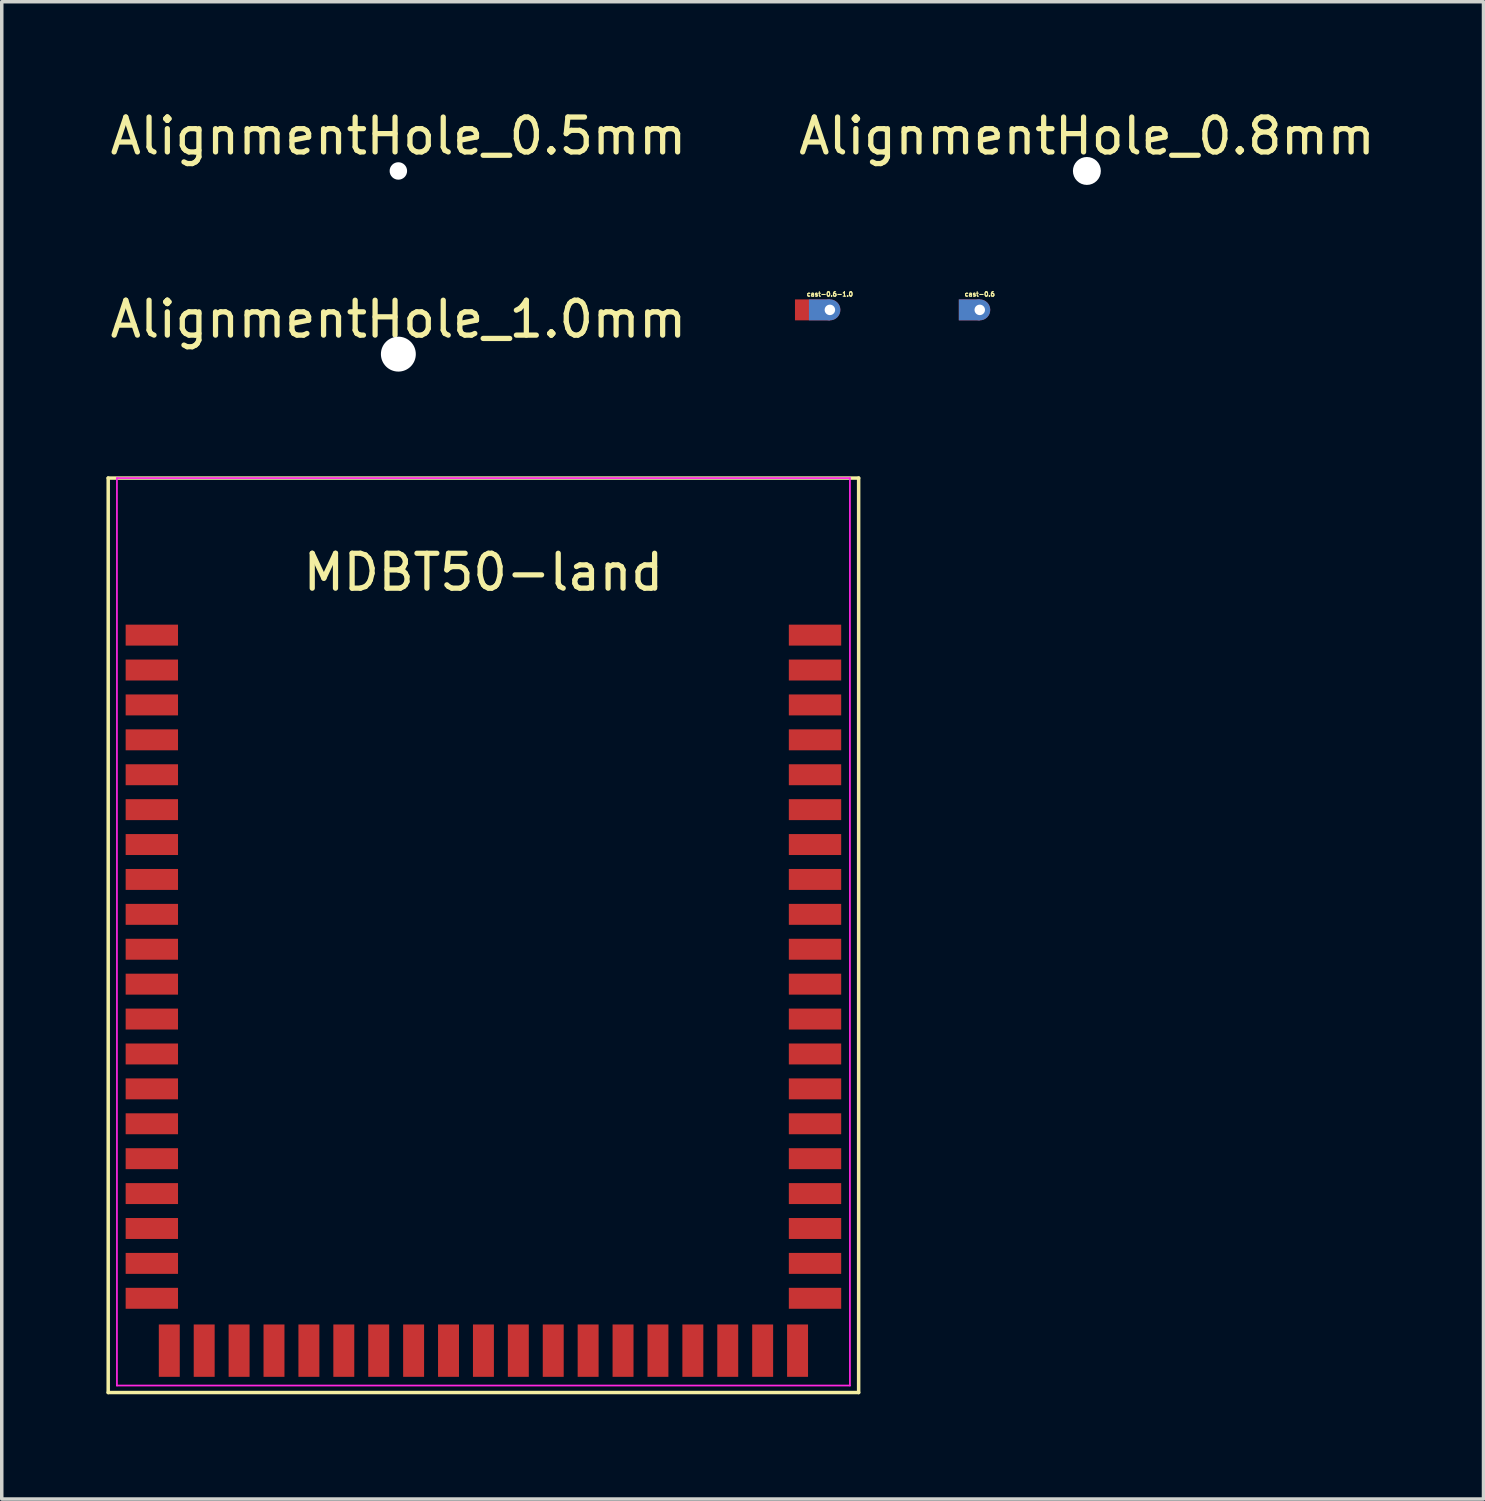
<source format=kicad_pcb>
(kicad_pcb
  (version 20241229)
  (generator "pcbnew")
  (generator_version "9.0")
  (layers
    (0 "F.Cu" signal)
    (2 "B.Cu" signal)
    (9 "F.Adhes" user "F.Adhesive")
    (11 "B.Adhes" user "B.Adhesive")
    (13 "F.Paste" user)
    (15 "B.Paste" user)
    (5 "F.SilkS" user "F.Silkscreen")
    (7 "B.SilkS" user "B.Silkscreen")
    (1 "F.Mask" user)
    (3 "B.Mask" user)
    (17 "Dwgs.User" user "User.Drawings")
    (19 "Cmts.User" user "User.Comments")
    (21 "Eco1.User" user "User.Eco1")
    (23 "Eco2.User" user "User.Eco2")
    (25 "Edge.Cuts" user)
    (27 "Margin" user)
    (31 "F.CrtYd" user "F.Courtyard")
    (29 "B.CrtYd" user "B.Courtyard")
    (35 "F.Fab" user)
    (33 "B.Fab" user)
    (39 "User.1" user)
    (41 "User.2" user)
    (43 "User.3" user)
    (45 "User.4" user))
  (footprint "cast-0.6-1.0"
    (layer "F.Cu")
    (at 20.726 5.828)
    (property "Reference" "cast-0.6-1.0" (at 0 -0.45 0) (layer "F.SilkS") (effects (font (size 0.127 0.127) (thickness 0.032))))
    (attr through_hole)
    (pad "1" smd rect (at -0.5 0) (size 1 0.6) (layers "F.Cu" "F.Mask"))
    (pad "1" smd rect (at -0.3 0) (size 0.6 0.6) (layers "B.Cu" "B.Mask"))
    (pad "1" thru_hole circle (at 0 0) (size 0.6 0.6) (drill 0.3) (layers "*.Cu")))
  (footprint "cast-0.6"
    (layer "F.Cu")
    (at 25.02 5.828)
    (property "Reference" "cast-0.6" (at 0 -0.45 0) (layer "F.SilkS") (effects (font (size 0.127 0.127) (thickness 0.032))))
    (attr through_hole)
    (pad "1" smd rect (at -0.3 0) (size 0.6 0.6) (layers "F.Cu" "F.Mask"))
    (pad "1" smd rect (at -0.3 0) (size 0.6 0.6) (layers "B.Cu" "B.Mask"))
    (pad "1" thru_hole circle (at 0 0) (size 0.6 0.6) (drill 0.3) (layers "*.Cu")))
  (footprint "MDBT50-land"
    (layer "F.Cu")
    (at 10.8 23.146)
    (property "Reference" "MDBT50-land" (at 0 -9.8 0) (layer "F.SilkS") (effects (font (size 1 1) (thickness 0.15))))
    (attr smd)
    (fp_line (start -10.75 -12.5) (end 10.75 -12.5) (stroke (width 0.1) (type solid)) (layer "F.SilkS"))
    (fp_line (start -10.75 13.7) (end -10.75 -12.5) (stroke (width 0.1) (type solid)) (layer "F.SilkS"))
    (fp_line (start 10.75 -12.5) (end 10.75 13.7) (stroke (width 0.1) (type solid)) (layer "F.SilkS"))
    (fp_line (start 10.75 13.7) (end -10.75 13.7) (stroke (width 0.1) (type solid)) (layer "F.SilkS"))
    (fp_line (start -10.5 -12.5) (end 10.5 -12.5) (stroke (width 0.05) (type solid)) (layer "F.CrtYd"))
    (fp_line (start -10.5 13.5) (end -10.5 -12.5) (stroke (width 0.05) (type solid)) (layer "F.CrtYd"))
    (fp_line (start 10.5 -12.5) (end 10.5 13.5) (stroke (width 0.05) (type solid)) (layer "F.CrtYd"))
    (fp_line (start 10.5 13.5) (end -10.5 13.5) (stroke (width 0.05) (type solid)) (layer "F.CrtYd"))
    (pad "1" smd rect (at -9.5 -8 270) (size 0.6 1.5) (layers "F.Cu" "F.Mask" "F.Paste"))
    (pad "2" smd rect (at -9.5 -7 270) (size 0.6 1.5) (layers "F.Cu" "F.Mask" "F.Paste"))
    (pad "3" smd rect (at -9.5 -6 270) (size 0.6 1.5) (layers "F.Cu" "F.Mask" "F.Paste"))
    (pad "4" smd rect (at -9.5 -5 270) (size 0.6 1.5) (layers "F.Cu" "F.Mask" "F.Paste"))
    (pad "5" smd rect (at -9.5 -4 270) (size 0.6 1.5) (layers "F.Cu" "F.Mask" "F.Paste"))
    (pad "6" smd rect (at -9.5 -3 270) (size 0.6 1.5) (layers "F.Cu" "F.Mask" "F.Paste"))
    (pad "7" smd rect (at -9.5 -2 270) (size 0.6 1.5) (layers "F.Cu" "F.Mask" "F.Paste"))
    (pad "8" smd rect (at -9.5 -1 270) (size 0.6 1.5) (layers "F.Cu" "F.Mask" "F.Paste"))
    (pad "9" smd rect (at -9.5 0 270) (size 0.6 1.5) (layers "F.Cu" "F.Mask" "F.Paste"))
    (pad "10" smd rect (at -9.5 1 270) (size 0.6 1.5) (layers "F.Cu" "F.Mask" "F.Paste"))
    (pad "11" smd rect (at -9.5 2 270) (size 0.6 1.5) (layers "F.Cu" "F.Mask" "F.Paste"))
    (pad "12" smd rect (at -9.5 3 270) (size 0.6 1.5) (layers "F.Cu" "F.Mask" "F.Paste"))
    (pad "13" smd rect (at -9.5 4 270) (size 0.6 1.5) (layers "F.Cu" "F.Mask" "F.Paste"))
    (pad "14" smd rect (at -9.5 5 270) (size 0.6 1.5) (layers "F.Cu" "F.Mask" "F.Paste"))
    (pad "15" smd rect (at -9.5 6 270) (size 0.6 1.5) (layers "F.Cu" "F.Mask" "F.Paste"))
    (pad "16" smd rect (at -9.5 7 270) (size 0.6 1.5) (layers "F.Cu" "F.Mask" "F.Paste"))
    (pad "17" smd rect (at -9.5 8 270) (size 0.6 1.5) (layers "F.Cu" "F.Mask" "F.Paste"))
    (pad "18" smd rect (at -9.5 9 270) (size 0.6 1.5) (layers "F.Cu" "F.Mask" "F.Paste"))
    (pad "19" smd rect (at -9.5 10 270) (size 0.6 1.5) (layers "F.Cu" "F.Mask" "F.Paste"))
    (pad "20" smd rect (at -9.5 11 270) (size 0.6 1.5) (layers "F.Cu" "F.Mask" "F.Paste"))
    (pad "21" smd rect (at -9 12.5) (size 0.6 1.5) (layers "F.Cu" "F.Mask" "F.Paste"))
    (pad "22" smd rect (at -8 12.5) (size 0.6 1.5) (layers "F.Cu" "F.Mask" "F.Paste"))
    (pad "23" smd rect (at -7 12.5) (size 0.6 1.5) (layers "F.Cu" "F.Mask" "F.Paste"))
    (pad "24" smd rect (at -6 12.5) (size 0.6 1.5) (layers "F.Cu" "F.Mask" "F.Paste"))
    (pad "25" smd rect (at -5 12.5) (size 0.6 1.5) (layers "F.Cu" "F.Mask" "F.Paste"))
    (pad "26" smd rect (at -4 12.5) (size 0.6 1.5) (layers "F.Cu" "F.Mask" "F.Paste"))
    (pad "27" smd rect (at -3 12.5) (size 0.6 1.5) (layers "F.Cu" "F.Mask" "F.Paste"))
    (pad "28" smd rect (at -2 12.5) (size 0.6 1.5) (layers "F.Cu" "F.Mask" "F.Paste"))
    (pad "29" smd rect (at -1 12.5) (size 0.6 1.5) (layers "F.Cu" "F.Mask" "F.Paste"))
    (pad "30" smd rect (at 0 12.5) (size 0.6 1.5) (layers "F.Cu" "F.Mask" "F.Paste"))
    (pad "31" smd rect (at 9 12.5) (size 0.6 1.5) (layers "F.Cu" "F.Mask" "F.Paste"))
    (pad "32" smd rect (at 8 12.5) (size 0.6 1.5) (layers "F.Cu" "F.Mask" "F.Paste"))
    (pad "33" smd rect (at 7 12.5) (size 0.6 1.5) (layers "F.Cu" "F.Mask" "F.Paste"))
    (pad "34" smd rect (at 6 12.5) (size 0.6 1.5) (layers "F.Cu" "F.Mask" "F.Paste"))
    (pad "35" smd rect (at 5 12.5) (size 0.6 1.5) (layers "F.Cu" "F.Mask" "F.Paste"))
    (pad "36" smd rect (at 4 12.5) (size 0.6 1.5) (layers "F.Cu" "F.Mask" "F.Paste"))
    (pad "37" smd rect (at 3 12.5) (size 0.6 1.5) (layers "F.Cu" "F.Mask" "F.Paste"))
    (pad "38" smd rect (at 2 12.5) (size 0.6 1.5) (layers "F.Cu" "F.Mask" "F.Paste"))
    (pad "39" smd rect (at 1 12.5) (size 0.6 1.5) (layers "F.Cu" "F.Mask" "F.Paste"))
    (pad "41" smd rect (at 9.5 11 270) (size 0.6 1.5) (layers "F.Cu" "F.Mask" "F.Paste"))
    (pad "42" smd rect (at 9.5 10 270) (size 0.6 1.5) (layers "F.Cu" "F.Mask" "F.Paste"))
    (pad "43" smd rect (at 9.5 9 270) (size 0.6 1.5) (layers "F.Cu" "F.Mask" "F.Paste"))
    (pad "44" smd rect (at 9.5 8 270) (size 0.6 1.5) (layers "F.Cu" "F.Mask" "F.Paste"))
    (pad "45" smd rect (at 9.5 7 270) (size 0.6 1.5) (layers "F.Cu" "F.Mask" "F.Paste"))
    (pad "46" smd rect (at 9.5 6 270) (size 0.6 1.5) (layers "F.Cu" "F.Mask" "F.Paste"))
    (pad "47" smd rect (at 9.5 5 270) (size 0.6 1.5) (layers "F.Cu" "F.Mask" "F.Paste"))
    (pad "48" smd rect (at 9.5 4 270) (size 0.6 1.5) (layers "F.Cu" "F.Mask" "F.Paste"))
    (pad "49" smd rect (at 9.5 3 270) (size 0.6 1.5) (layers "F.Cu" "F.Mask" "F.Paste"))
    (pad "50" smd rect (at 9.5 2 270) (size 0.6 1.5) (layers "F.Cu" "F.Mask" "F.Paste"))
    (pad "51" smd rect (at 9.5 1 270) (size 0.6 1.5) (layers "F.Cu" "F.Mask" "F.Paste"))
    (pad "52" smd rect (at 9.5 0 270) (size 0.6 1.5) (layers "F.Cu" "F.Mask" "F.Paste"))
    (pad "53" smd rect (at 9.5 -1 270) (size 0.6 1.5) (layers "F.Cu" "F.Mask" "F.Paste"))
    (pad "54" smd rect (at 9.5 -2 270) (size 0.6 1.5) (layers "F.Cu" "F.Mask" "F.Paste"))
    (pad "55" smd rect (at 9.5 -3 270) (size 0.6 1.5) (layers "F.Cu" "F.Mask" "F.Paste"))
    (pad "56" smd rect (at 9.5 -4 270) (size 0.6 1.5) (layers "F.Cu" "F.Mask" "F.Paste"))
    (pad "57" smd rect (at 9.5 -5 270) (size 0.6 1.5) (layers "F.Cu" "F.Mask" "F.Paste"))
    (pad "58" smd rect (at 9.5 -6 270) (size 0.6 1.5) (layers "F.Cu" "F.Mask" "F.Paste"))
    (pad "59" smd rect (at 9.5 -7 270) (size 0.6 1.5) (layers "F.Cu" "F.Mask" "F.Paste"))
    (pad "60" smd rect (at 9.5 -8 270) (size 0.6 1.5) (layers "F.Cu" "F.Mask" "F.Paste")))
  (footprint "AlignmentHole_1.0mm"
    (layer "F.Cu")
    (at 8.363 7.096)
    (property "Reference" "AlignmentHole_1.0mm" (at 0 -1 0) (layer "F.SilkS") (effects (font (size 1 1) (thickness 0.15))))
    (attr exclude_from_pos_files exclude_from_bom)
    (pad "" np_thru_hole circle (at 0 0) (size 1 1) (drill 1) (layers "*.Cu" "*.Mask")))
  (footprint "AlignmentHole_0.5mm"
    (layer "F.Cu")
    (at 8.363 1.848)
    (property "Reference" "AlignmentHole_0.5mm" (at 0 -1 0) (layer "F.SilkS") (effects (font (size 1 1) (thickness 0.15))))
    (attr exclude_from_pos_files exclude_from_bom)
    (pad "" np_thru_hole circle (at 0 0) (size 0.5 0.5) (drill 0.5) (layers "*.Cu" "*.Mask")))
  (footprint "AlignmentHole_0.8mm"
    (layer "F.Cu")
    (at 28.089 1.848)
    (property "Reference" "AlignmentHole_0.8mm" (at 0 -1 0) (layer "F.SilkS") (effects (font (size 1 1) (thickness 0.15))))
    (attr exclude_from_pos_files exclude_from_bom)
    (pad "" np_thru_hole circle (at 0 0) (size 0.8 0.8) (drill 0.8) (layers "*.Cu" "*.Mask")))
  (gr_rect
    (start -3 -3)
    (end 39.452 39.897)
    (stroke (width 0.1) (type default))
    (fill no)
    (layer "Edge.Cuts")))
</source>
